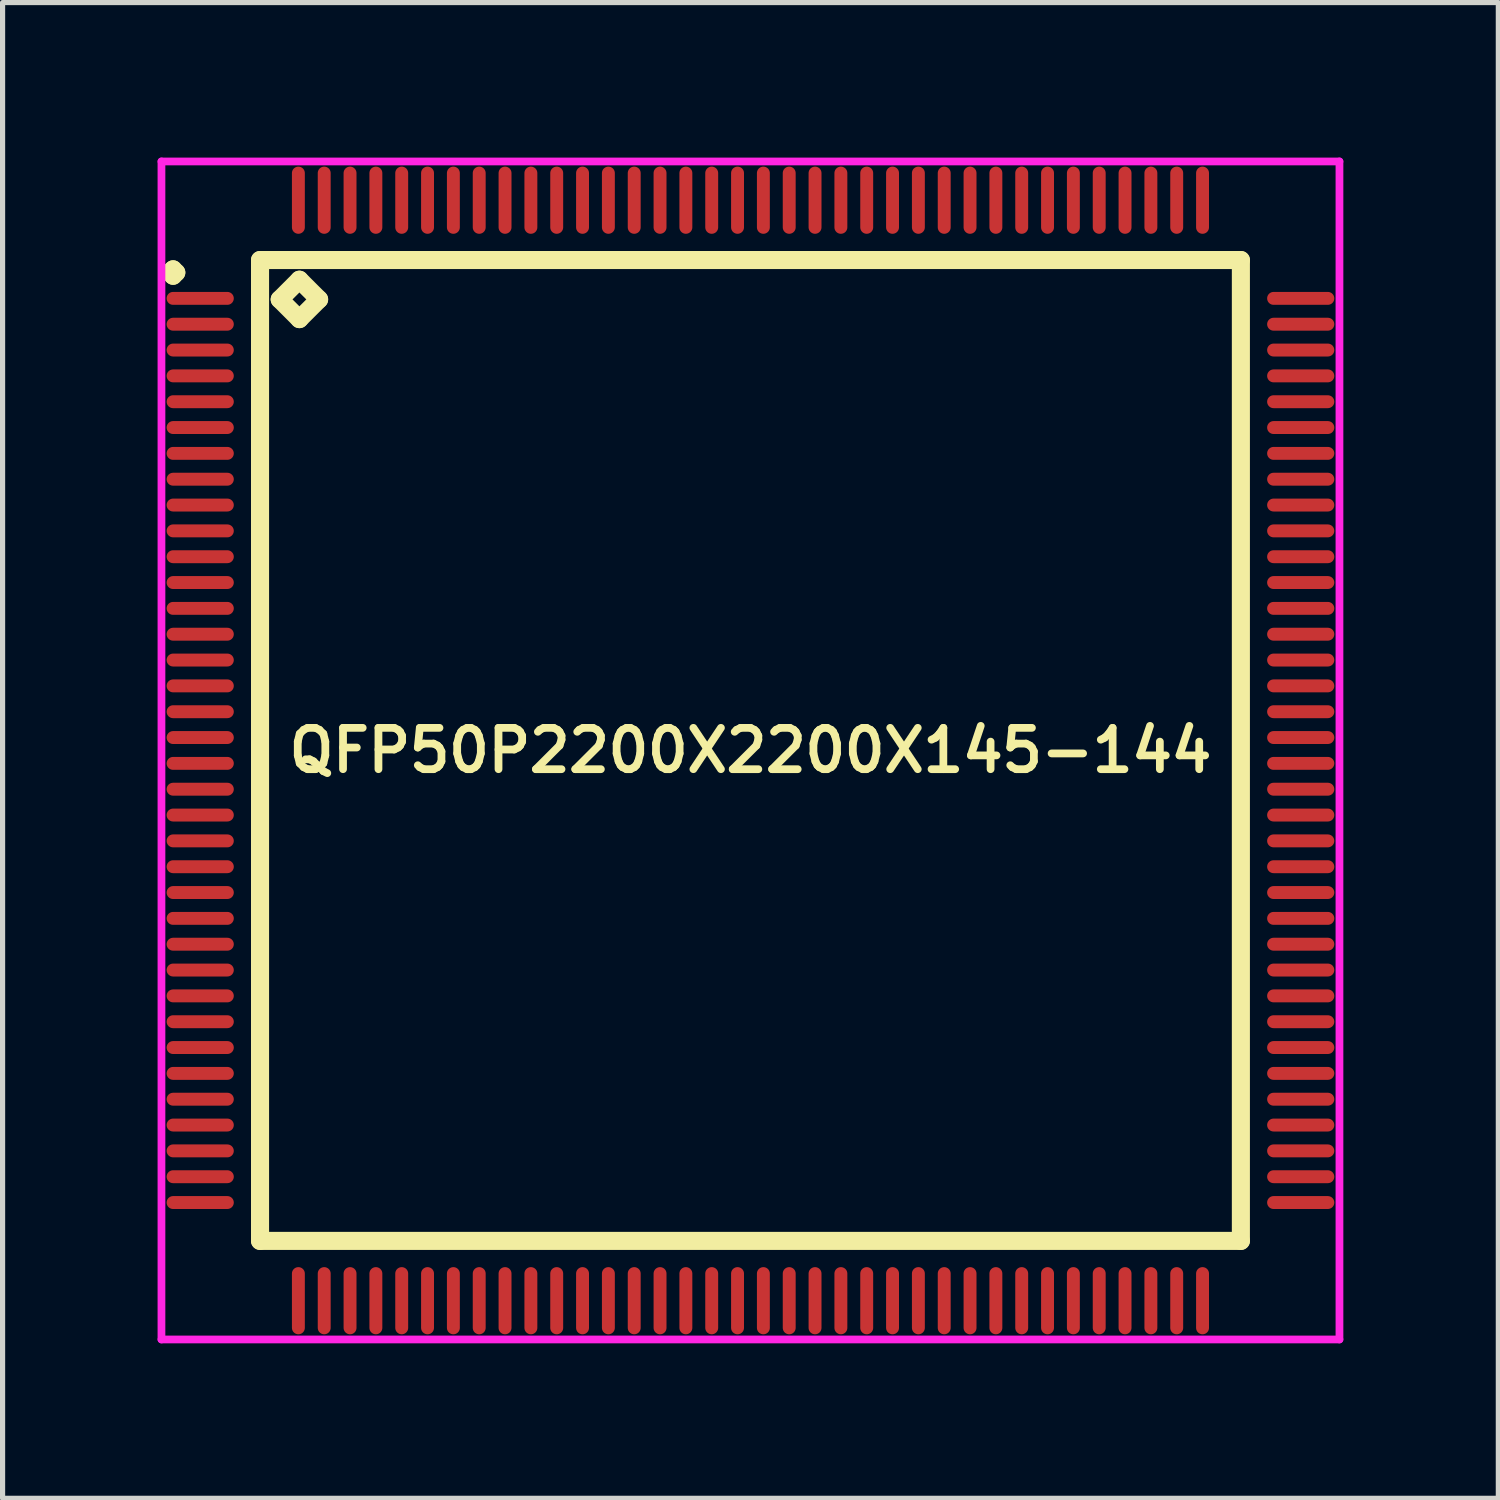
<source format=kicad_pcb>
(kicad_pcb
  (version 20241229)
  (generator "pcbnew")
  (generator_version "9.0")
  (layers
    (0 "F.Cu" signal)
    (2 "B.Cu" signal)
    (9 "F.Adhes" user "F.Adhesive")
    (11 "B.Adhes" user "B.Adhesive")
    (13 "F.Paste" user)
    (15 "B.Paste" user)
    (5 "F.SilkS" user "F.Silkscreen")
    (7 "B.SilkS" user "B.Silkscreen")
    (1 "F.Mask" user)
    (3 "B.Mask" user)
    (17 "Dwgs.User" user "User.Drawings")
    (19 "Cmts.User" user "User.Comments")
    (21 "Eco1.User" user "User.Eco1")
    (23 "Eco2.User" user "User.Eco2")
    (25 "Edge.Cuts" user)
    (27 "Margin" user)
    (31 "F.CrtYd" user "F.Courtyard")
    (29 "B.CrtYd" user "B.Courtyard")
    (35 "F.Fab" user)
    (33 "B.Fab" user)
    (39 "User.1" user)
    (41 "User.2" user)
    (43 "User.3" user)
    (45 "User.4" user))
  (footprint "QFP50P2200X2200X145-144"
    (layer "F.Cu")
    (at 11.475 11.475)
    (property "Reference" "QFP50P2200X2200X145-144" (at 0 0 0) (layer "F.SilkS") (effects (font (size 0.8 0.8) (thickness 0.15))))
    (attr smd)
    (fp_line (start -11.238 -9.25) (end -11.175 -9.312) (stroke (width 0.35) (type solid)) (layer "F.SilkS"))
    (fp_line (start -11.175 -9.312) (end -11.113 -9.25) (stroke (width 0.35) (type solid)) (layer "F.SilkS"))
    (fp_line (start -11.175 -9.188) (end -11.238 -9.25) (stroke (width 0.35) (type solid)) (layer "F.SilkS"))
    (fp_line (start -11.113 -9.25) (end -11.175 -9.188) (stroke (width 0.35) (type solid)) (layer "F.SilkS"))
    (fp_line (start -9.492 -9.492) (end -9.492 9.492) (stroke (width 0.35) (type solid)) (layer "F.SilkS"))
    (fp_line (start -9.492 9.492) (end 9.492 9.492) (stroke (width 0.35) (type solid)) (layer "F.SilkS"))
    (fp_line (start -9.111 -8.73) (end -8.73 -9.111) (stroke (width 0.35) (type solid)) (layer "F.SilkS"))
    (fp_line (start -8.73 -9.111) (end -8.349 -8.73) (stroke (width 0.35) (type solid)) (layer "F.SilkS"))
    (fp_line (start -8.73 -8.349) (end -9.111 -8.73) (stroke (width 0.35) (type solid)) (layer "F.SilkS"))
    (fp_line (start -8.349 -8.73) (end -8.73 -8.349) (stroke (width 0.35) (type solid)) (layer "F.SilkS"))
    (fp_line (start 9.492 -9.492) (end -9.492 -9.492) (stroke (width 0.35) (type solid)) (layer "F.SilkS"))
    (fp_line (start 9.492 9.492) (end 9.492 -9.492) (stroke (width 0.35) (type solid)) (layer "F.SilkS"))
    (fp_line (start -11.4 -11.4) (end 11.4 -11.4) (stroke (width 0.15) (type solid)) (layer "F.CrtYd"))
    (fp_line (start -11.4 11.4) (end -11.4 -11.4) (stroke (width 0.15) (type solid)) (layer "F.CrtYd"))
    (fp_line (start 11.4 -11.4) (end 11.4 11.4) (stroke (width 0.15) (type solid)) (layer "F.CrtYd"))
    (fp_line (start 11.4 11.4) (end -11.4 11.4) (stroke (width 0.15) (type solid)) (layer "F.CrtYd"))
    (pad "1" smd oval (at -10.65 -8.75) (size 1.3 0.25) (layers "F.Cu" "F.Mask" "F.Paste"))
    (pad "2" smd oval (at -10.65 -8.25) (size 1.3 0.25) (layers "F.Cu" "F.Mask" "F.Paste"))
    (pad "3" smd oval (at -10.65 -7.75) (size 1.3 0.25) (layers "F.Cu" "F.Mask" "F.Paste"))
    (pad "4" smd oval (at -10.65 -7.25) (size 1.3 0.25) (layers "F.Cu" "F.Mask" "F.Paste"))
    (pad "5" smd oval (at -10.65 -6.75) (size 1.3 0.25) (layers "F.Cu" "F.Mask" "F.Paste"))
    (pad "6" smd oval (at -10.65 -6.25) (size 1.3 0.25) (layers "F.Cu" "F.Mask" "F.Paste"))
    (pad "7" smd oval (at -10.65 -5.75) (size 1.3 0.25) (layers "F.Cu" "F.Mask" "F.Paste"))
    (pad "8" smd oval (at -10.65 -5.25) (size 1.3 0.25) (layers "F.Cu" "F.Mask" "F.Paste"))
    (pad "9" smd oval (at -10.65 -4.75) (size 1.3 0.25) (layers "F.Cu" "F.Mask" "F.Paste"))
    (pad "10" smd oval (at -10.65 -4.25) (size 1.3 0.25) (layers "F.Cu" "F.Mask" "F.Paste"))
    (pad "11" smd oval (at -10.65 -3.75) (size 1.3 0.25) (layers "F.Cu" "F.Mask" "F.Paste"))
    (pad "12" smd oval (at -10.65 -3.25) (size 1.3 0.25) (layers "F.Cu" "F.Mask" "F.Paste"))
    (pad "13" smd oval (at -10.65 -2.75) (size 1.3 0.25) (layers "F.Cu" "F.Mask" "F.Paste"))
    (pad "14" smd oval (at -10.65 -2.25) (size 1.3 0.25) (layers "F.Cu" "F.Mask" "F.Paste"))
    (pad "15" smd oval (at -10.65 -1.75) (size 1.3 0.25) (layers "F.Cu" "F.Mask" "F.Paste"))
    (pad "16" smd oval (at -10.65 -1.25) (size 1.3 0.25) (layers "F.Cu" "F.Mask" "F.Paste"))
    (pad "17" smd oval (at -10.65 -0.75) (size 1.3 0.25) (layers "F.Cu" "F.Mask" "F.Paste"))
    (pad "18" smd oval (at -10.65 -0.25) (size 1.3 0.25) (layers "F.Cu" "F.Mask" "F.Paste"))
    (pad "19" smd oval (at -10.65 0.25) (size 1.3 0.25) (layers "F.Cu" "F.Mask" "F.Paste"))
    (pad "20" smd oval (at -10.65 0.75) (size 1.3 0.25) (layers "F.Cu" "F.Mask" "F.Paste"))
    (pad "21" smd oval (at -10.65 1.25) (size 1.3 0.25) (layers "F.Cu" "F.Mask" "F.Paste"))
    (pad "22" smd oval (at -10.65 1.75) (size 1.3 0.25) (layers "F.Cu" "F.Mask" "F.Paste"))
    (pad "23" smd oval (at -10.65 2.25) (size 1.3 0.25) (layers "F.Cu" "F.Mask" "F.Paste"))
    (pad "24" smd oval (at -10.65 2.75) (size 1.3 0.25) (layers "F.Cu" "F.Mask" "F.Paste"))
    (pad "25" smd oval (at -10.65 3.25) (size 1.3 0.25) (layers "F.Cu" "F.Mask" "F.Paste"))
    (pad "26" smd oval (at -10.65 3.75) (size 1.3 0.25) (layers "F.Cu" "F.Mask" "F.Paste"))
    (pad "27" smd oval (at -10.65 4.25) (size 1.3 0.25) (layers "F.Cu" "F.Mask" "F.Paste"))
    (pad "28" smd oval (at -10.65 4.75) (size 1.3 0.25) (layers "F.Cu" "F.Mask" "F.Paste"))
    (pad "29" smd oval (at -10.65 5.25) (size 1.3 0.25) (layers "F.Cu" "F.Mask" "F.Paste"))
    (pad "30" smd oval (at -10.65 5.75) (size 1.3 0.25) (layers "F.Cu" "F.Mask" "F.Paste"))
    (pad "31" smd oval (at -10.65 6.25) (size 1.3 0.25) (layers "F.Cu" "F.Mask" "F.Paste"))
    (pad "32" smd oval (at -10.65 6.75) (size 1.3 0.25) (layers "F.Cu" "F.Mask" "F.Paste"))
    (pad "33" smd oval (at -10.65 7.25) (size 1.3 0.25) (layers "F.Cu" "F.Mask" "F.Paste"))
    (pad "34" smd oval (at -10.65 7.75) (size 1.3 0.25) (layers "F.Cu" "F.Mask" "F.Paste"))
    (pad "35" smd oval (at -10.65 8.25) (size 1.3 0.25) (layers "F.Cu" "F.Mask" "F.Paste"))
    (pad "36" smd oval (at -10.65 8.75) (size 1.3 0.25) (layers "F.Cu" "F.Mask" "F.Paste"))
    (pad "37" smd oval (at -8.75 10.65) (size 0.25 1.3) (layers "F.Cu" "F.Mask" "F.Paste"))
    (pad "38" smd oval (at -8.25 10.65) (size 0.25 1.3) (layers "F.Cu" "F.Mask" "F.Paste"))
    (pad "39" smd oval (at -7.75 10.65) (size 0.25 1.3) (layers "F.Cu" "F.Mask" "F.Paste"))
    (pad "40" smd oval (at -7.25 10.65) (size 0.25 1.3) (layers "F.Cu" "F.Mask" "F.Paste"))
    (pad "41" smd oval (at -6.75 10.65) (size 0.25 1.3) (layers "F.Cu" "F.Mask" "F.Paste"))
    (pad "42" smd oval (at -6.25 10.65) (size 0.25 1.3) (layers "F.Cu" "F.Mask" "F.Paste"))
    (pad "43" smd oval (at -5.75 10.65) (size 0.25 1.3) (layers "F.Cu" "F.Mask" "F.Paste"))
    (pad "44" smd oval (at -5.25 10.65) (size 0.25 1.3) (layers "F.Cu" "F.Mask" "F.Paste"))
    (pad "45" smd oval (at -4.75 10.65) (size 0.25 1.3) (layers "F.Cu" "F.Mask" "F.Paste"))
    (pad "46" smd oval (at -4.25 10.65) (size 0.25 1.3) (layers "F.Cu" "F.Mask" "F.Paste"))
    (pad "47" smd oval (at -3.75 10.65) (size 0.25 1.3) (layers "F.Cu" "F.Mask" "F.Paste"))
    (pad "48" smd oval (at -3.25 10.65) (size 0.25 1.3) (layers "F.Cu" "F.Mask" "F.Paste"))
    (pad "49" smd oval (at -2.75 10.65) (size 0.25 1.3) (layers "F.Cu" "F.Mask" "F.Paste"))
    (pad "50" smd oval (at -2.25 10.65) (size 0.25 1.3) (layers "F.Cu" "F.Mask" "F.Paste"))
    (pad "51" smd oval (at -1.75 10.65) (size 0.25 1.3) (layers "F.Cu" "F.Mask" "F.Paste"))
    (pad "52" smd oval (at -1.25 10.65) (size 0.25 1.3) (layers "F.Cu" "F.Mask" "F.Paste"))
    (pad "53" smd oval (at -0.75 10.65) (size 0.25 1.3) (layers "F.Cu" "F.Mask" "F.Paste"))
    (pad "54" smd oval (at -0.25 10.65) (size 0.25 1.3) (layers "F.Cu" "F.Mask" "F.Paste"))
    (pad "55" smd oval (at 0.25 10.65) (size 0.25 1.3) (layers "F.Cu" "F.Mask" "F.Paste"))
    (pad "56" smd oval (at 0.75 10.65) (size 0.25 1.3) (layers "F.Cu" "F.Mask" "F.Paste"))
    (pad "57" smd oval (at 1.25 10.65) (size 0.25 1.3) (layers "F.Cu" "F.Mask" "F.Paste"))
    (pad "58" smd oval (at 1.75 10.65) (size 0.25 1.3) (layers "F.Cu" "F.Mask" "F.Paste"))
    (pad "59" smd oval (at 2.25 10.65) (size 0.25 1.3) (layers "F.Cu" "F.Mask" "F.Paste"))
    (pad "60" smd oval (at 2.75 10.65) (size 0.25 1.3) (layers "F.Cu" "F.Mask" "F.Paste"))
    (pad "61" smd oval (at 3.25 10.65) (size 0.25 1.3) (layers "F.Cu" "F.Mask" "F.Paste"))
    (pad "62" smd oval (at 3.75 10.65) (size 0.25 1.3) (layers "F.Cu" "F.Mask" "F.Paste"))
    (pad "63" smd oval (at 4.25 10.65) (size 0.25 1.3) (layers "F.Cu" "F.Mask" "F.Paste"))
    (pad "64" smd oval (at 4.75 10.65) (size 0.25 1.3) (layers "F.Cu" "F.Mask" "F.Paste"))
    (pad "65" smd oval (at 5.25 10.65) (size 0.25 1.3) (layers "F.Cu" "F.Mask" "F.Paste"))
    (pad "66" smd oval (at 5.75 10.65) (size 0.25 1.3) (layers "F.Cu" "F.Mask" "F.Paste"))
    (pad "67" smd oval (at 6.25 10.65) (size 0.25 1.3) (layers "F.Cu" "F.Mask" "F.Paste"))
    (pad "68" smd oval (at 6.75 10.65) (size 0.25 1.3) (layers "F.Cu" "F.Mask" "F.Paste"))
    (pad "69" smd oval (at 7.25 10.65) (size 0.25 1.3) (layers "F.Cu" "F.Mask" "F.Paste"))
    (pad "70" smd oval (at 7.75 10.65) (size 0.25 1.3) (layers "F.Cu" "F.Mask" "F.Paste"))
    (pad "71" smd oval (at 8.25 10.65) (size 0.25 1.3) (layers "F.Cu" "F.Mask" "F.Paste"))
    (pad "72" smd oval (at 8.75 10.65) (size 0.25 1.3) (layers "F.Cu" "F.Mask" "F.Paste"))
    (pad "73" smd oval (at 10.65 8.75) (size 1.3 0.25) (layers "F.Cu" "F.Mask" "F.Paste"))
    (pad "74" smd oval (at 10.65 8.25) (size 1.3 0.25) (layers "F.Cu" "F.Mask" "F.Paste"))
    (pad "75" smd oval (at 10.65 7.75) (size 1.3 0.25) (layers "F.Cu" "F.Mask" "F.Paste"))
    (pad "76" smd oval (at 10.65 7.25) (size 1.3 0.25) (layers "F.Cu" "F.Mask" "F.Paste"))
    (pad "77" smd oval (at 10.65 6.75) (size 1.3 0.25) (layers "F.Cu" "F.Mask" "F.Paste"))
    (pad "78" smd oval (at 10.65 6.25) (size 1.3 0.25) (layers "F.Cu" "F.Mask" "F.Paste"))
    (pad "79" smd oval (at 10.65 5.75) (size 1.3 0.25) (layers "F.Cu" "F.Mask" "F.Paste"))
    (pad "80" smd oval (at 10.65 5.25) (size 1.3 0.25) (layers "F.Cu" "F.Mask" "F.Paste"))
    (pad "81" smd oval (at 10.65 4.75) (size 1.3 0.25) (layers "F.Cu" "F.Mask" "F.Paste"))
    (pad "82" smd oval (at 10.65 4.25) (size 1.3 0.25) (layers "F.Cu" "F.Mask" "F.Paste"))
    (pad "83" smd oval (at 10.65 3.75) (size 1.3 0.25) (layers "F.Cu" "F.Mask" "F.Paste"))
    (pad "84" smd oval (at 10.65 3.25) (size 1.3 0.25) (layers "F.Cu" "F.Mask" "F.Paste"))
    (pad "85" smd oval (at 10.65 2.75) (size 1.3 0.25) (layers "F.Cu" "F.Mask" "F.Paste"))
    (pad "86" smd oval (at 10.65 2.25) (size 1.3 0.25) (layers "F.Cu" "F.Mask" "F.Paste"))
    (pad "87" smd oval (at 10.65 1.75) (size 1.3 0.25) (layers "F.Cu" "F.Mask" "F.Paste"))
    (pad "88" smd oval (at 10.65 1.25) (size 1.3 0.25) (layers "F.Cu" "F.Mask" "F.Paste"))
    (pad "89" smd oval (at 10.65 0.75) (size 1.3 0.25) (layers "F.Cu" "F.Mask" "F.Paste"))
    (pad "90" smd oval (at 10.65 0.25) (size 1.3 0.25) (layers "F.Cu" "F.Mask" "F.Paste"))
    (pad "91" smd oval (at 10.65 -0.25) (size 1.3 0.25) (layers "F.Cu" "F.Mask" "F.Paste"))
    (pad "92" smd oval (at 10.65 -0.75) (size 1.3 0.25) (layers "F.Cu" "F.Mask" "F.Paste"))
    (pad "93" smd oval (at 10.65 -1.25) (size 1.3 0.25) (layers "F.Cu" "F.Mask" "F.Paste"))
    (pad "94" smd oval (at 10.65 -1.75) (size 1.3 0.25) (layers "F.Cu" "F.Mask" "F.Paste"))
    (pad "95" smd oval (at 10.65 -2.25) (size 1.3 0.25) (layers "F.Cu" "F.Mask" "F.Paste"))
    (pad "96" smd oval (at 10.65 -2.75) (size 1.3 0.25) (layers "F.Cu" "F.Mask" "F.Paste"))
    (pad "97" smd oval (at 10.65 -3.25) (size 1.3 0.25) (layers "F.Cu" "F.Mask" "F.Paste"))
    (pad "98" smd oval (at 10.65 -3.75) (size 1.3 0.25) (layers "F.Cu" "F.Mask" "F.Paste"))
    (pad "99" smd oval (at 10.65 -4.25) (size 1.3 0.25) (layers "F.Cu" "F.Mask" "F.Paste"))
    (pad "100" smd oval (at 10.65 -4.75) (size 1.3 0.25) (layers "F.Cu" "F.Mask" "F.Paste"))
    (pad "101" smd oval (at 10.65 -5.25) (size 1.3 0.25) (layers "F.Cu" "F.Mask" "F.Paste"))
    (pad "102" smd oval (at 10.65 -5.75) (size 1.3 0.25) (layers "F.Cu" "F.Mask" "F.Paste"))
    (pad "103" smd oval (at 10.65 -6.25) (size 1.3 0.25) (layers "F.Cu" "F.Mask" "F.Paste"))
    (pad "104" smd oval (at 10.65 -6.75) (size 1.3 0.25) (layers "F.Cu" "F.Mask" "F.Paste"))
    (pad "105" smd oval (at 10.65 -7.25) (size 1.3 0.25) (layers "F.Cu" "F.Mask" "F.Paste"))
    (pad "106" smd oval (at 10.65 -7.75) (size 1.3 0.25) (layers "F.Cu" "F.Mask" "F.Paste"))
    (pad "107" smd oval (at 10.65 -8.25) (size 1.3 0.25) (layers "F.Cu" "F.Mask" "F.Paste"))
    (pad "108" smd oval (at 10.65 -8.75) (size 1.3 0.25) (layers "F.Cu" "F.Mask" "F.Paste"))
    (pad "109" smd oval (at 8.75 -10.65) (size 0.25 1.3) (layers "F.Cu" "F.Mask" "F.Paste"))
    (pad "110" smd oval (at 8.25 -10.65) (size 0.25 1.3) (layers "F.Cu" "F.Mask" "F.Paste"))
    (pad "111" smd oval (at 7.75 -10.65) (size 0.25 1.3) (layers "F.Cu" "F.Mask" "F.Paste"))
    (pad "112" smd oval (at 7.25 -10.65) (size 0.25 1.3) (layers "F.Cu" "F.Mask" "F.Paste"))
    (pad "113" smd oval (at 6.75 -10.65) (size 0.25 1.3) (layers "F.Cu" "F.Mask" "F.Paste"))
    (pad "114" smd oval (at 6.25 -10.65) (size 0.25 1.3) (layers "F.Cu" "F.Mask" "F.Paste"))
    (pad "115" smd oval (at 5.75 -10.65) (size 0.25 1.3) (layers "F.Cu" "F.Mask" "F.Paste"))
    (pad "116" smd oval (at 5.25 -10.65) (size 0.25 1.3) (layers "F.Cu" "F.Mask" "F.Paste"))
    (pad "117" smd oval (at 4.75 -10.65) (size 0.25 1.3) (layers "F.Cu" "F.Mask" "F.Paste"))
    (pad "118" smd oval (at 4.25 -10.65) (size 0.25 1.3) (layers "F.Cu" "F.Mask" "F.Paste"))
    (pad "119" smd oval (at 3.75 -10.65) (size 0.25 1.3) (layers "F.Cu" "F.Mask" "F.Paste"))
    (pad "120" smd oval (at 3.25 -10.65) (size 0.25 1.3) (layers "F.Cu" "F.Mask" "F.Paste"))
    (pad "121" smd oval (at 2.75 -10.65) (size 0.25 1.3) (layers "F.Cu" "F.Mask" "F.Paste"))
    (pad "122" smd oval (at 2.25 -10.65) (size 0.25 1.3) (layers "F.Cu" "F.Mask" "F.Paste"))
    (pad "123" smd oval (at 1.75 -10.65) (size 0.25 1.3) (layers "F.Cu" "F.Mask" "F.Paste"))
    (pad "124" smd oval (at 1.25 -10.65) (size 0.25 1.3) (layers "F.Cu" "F.Mask" "F.Paste"))
    (pad "125" smd oval (at 0.75 -10.65) (size 0.25 1.3) (layers "F.Cu" "F.Mask" "F.Paste"))
    (pad "126" smd oval (at 0.25 -10.65) (size 0.25 1.3) (layers "F.Cu" "F.Mask" "F.Paste"))
    (pad "127" smd oval (at -0.25 -10.65) (size 0.25 1.3) (layers "F.Cu" "F.Mask" "F.Paste"))
    (pad "128" smd oval (at -0.75 -10.65) (size 0.25 1.3) (layers "F.Cu" "F.Mask" "F.Paste"))
    (pad "129" smd oval (at -1.25 -10.65) (size 0.25 1.3) (layers "F.Cu" "F.Mask" "F.Paste"))
    (pad "130" smd oval (at -1.75 -10.65) (size 0.25 1.3) (layers "F.Cu" "F.Mask" "F.Paste"))
    (pad "131" smd oval (at -2.25 -10.65) (size 0.25 1.3) (layers "F.Cu" "F.Mask" "F.Paste"))
    (pad "132" smd oval (at -2.75 -10.65) (size 0.25 1.3) (layers "F.Cu" "F.Mask" "F.Paste"))
    (pad "133" smd oval (at -3.25 -10.65) (size 0.25 1.3) (layers "F.Cu" "F.Mask" "F.Paste"))
    (pad "134" smd oval (at -3.75 -10.65) (size 0.25 1.3) (layers "F.Cu" "F.Mask" "F.Paste"))
    (pad "135" smd oval (at -4.25 -10.65) (size 0.25 1.3) (layers "F.Cu" "F.Mask" "F.Paste"))
    (pad "136" smd oval (at -4.75 -10.65) (size 0.25 1.3) (layers "F.Cu" "F.Mask" "F.Paste"))
    (pad "137" smd oval (at -5.25 -10.65) (size 0.25 1.3) (layers "F.Cu" "F.Mask" "F.Paste"))
    (pad "138" smd oval (at -5.75 -10.65) (size 0.25 1.3) (layers "F.Cu" "F.Mask" "F.Paste"))
    (pad "139" smd oval (at -6.25 -10.65) (size 0.25 1.3) (layers "F.Cu" "F.Mask" "F.Paste"))
    (pad "140" smd oval (at -6.75 -10.65) (size 0.25 1.3) (layers "F.Cu" "F.Mask" "F.Paste"))
    (pad "141" smd oval (at -7.25 -10.65) (size 0.25 1.3) (layers "F.Cu" "F.Mask" "F.Paste"))
    (pad "142" smd oval (at -7.75 -10.65) (size 0.25 1.3) (layers "F.Cu" "F.Mask" "F.Paste"))
    (pad "143" smd oval (at -8.25 -10.65) (size 0.25 1.3) (layers "F.Cu" "F.Mask" "F.Paste"))
    (pad "144" smd oval (at -8.75 -10.65) (size 0.25 1.3) (layers "F.Cu" "F.Mask" "F.Paste")))
  (gr_rect
    (start -3 -3)
    (end 25.95 25.95)
    (stroke (width 0.1) (type default))
    (fill no)
    (layer "Edge.Cuts")))
</source>
